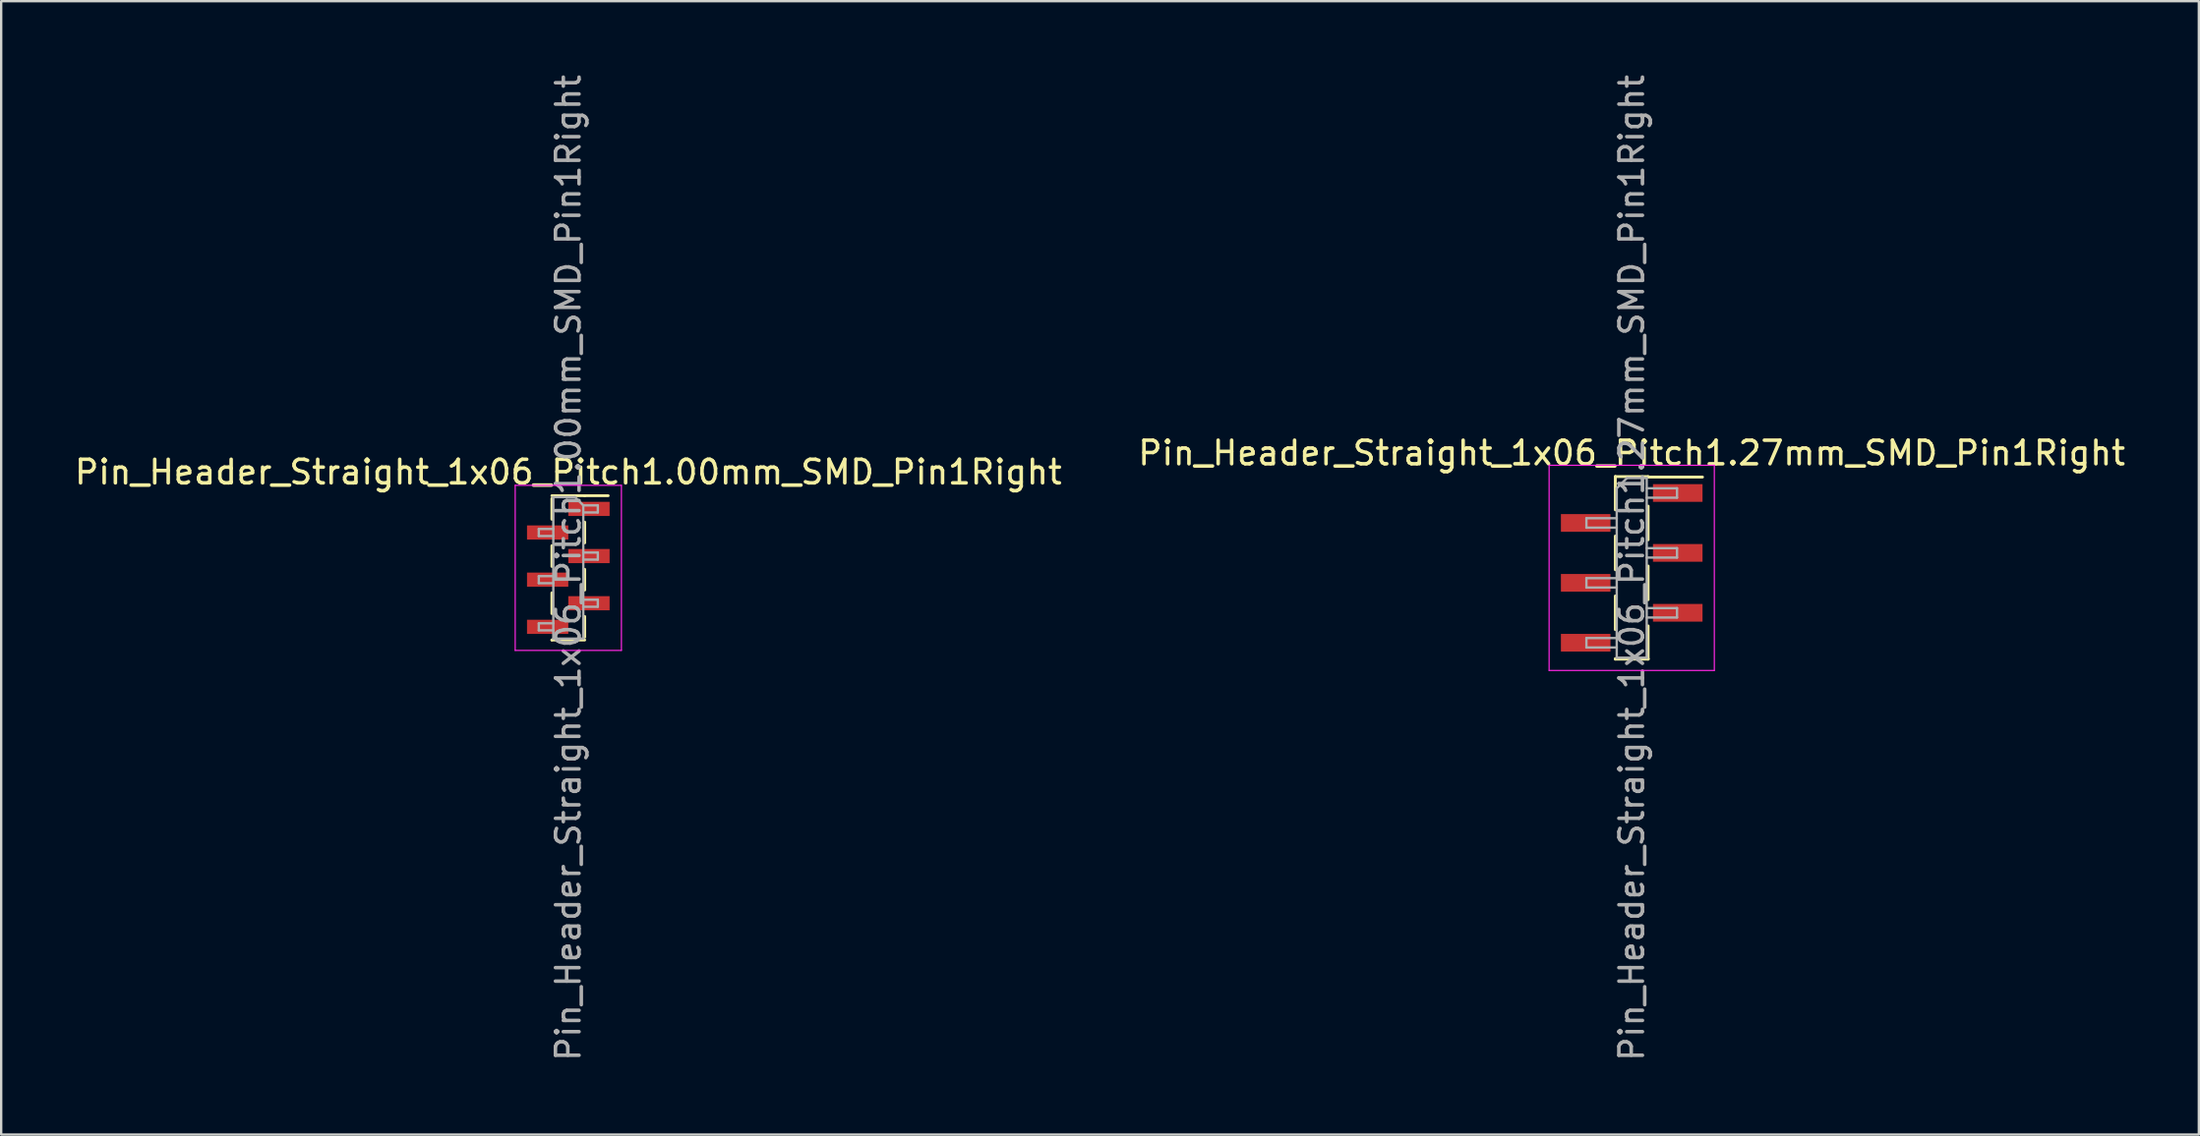
<source format=kicad_pcb>
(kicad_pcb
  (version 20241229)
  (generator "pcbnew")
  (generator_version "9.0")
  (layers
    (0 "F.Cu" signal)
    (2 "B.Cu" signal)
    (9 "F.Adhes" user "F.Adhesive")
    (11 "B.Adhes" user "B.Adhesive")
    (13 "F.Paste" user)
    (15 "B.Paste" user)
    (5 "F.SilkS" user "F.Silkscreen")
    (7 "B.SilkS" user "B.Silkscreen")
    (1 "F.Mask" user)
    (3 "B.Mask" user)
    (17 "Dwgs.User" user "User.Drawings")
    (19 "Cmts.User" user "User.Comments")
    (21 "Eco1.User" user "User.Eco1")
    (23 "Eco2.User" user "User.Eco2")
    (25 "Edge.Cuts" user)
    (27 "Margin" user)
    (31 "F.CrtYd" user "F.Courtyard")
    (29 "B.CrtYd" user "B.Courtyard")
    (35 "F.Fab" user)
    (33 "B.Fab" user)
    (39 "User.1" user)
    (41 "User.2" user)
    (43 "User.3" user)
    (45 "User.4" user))
  (footprint "Pin_Header_Straight_1x06_Pitch1.00mm_SMD_Pin1Right"
    (layer "F.Cu")
    (at 21.03 21.03)
    (property "Reference" "Pin_Header_Straight_1x06_Pitch1.00mm_SMD_Pin1Right" (at 0 -4.06 0) (layer "F.SilkS") (effects (font (size 1 1) (thickness 0.15))))
    (attr smd)
    (fp_line (start -0.695 -3.06) (end 0.695 -3.06) (stroke (width 0.12) (type solid)) (layer "F.SilkS"))
    (fp_line (start -0.695 -2.94) (end -0.695 -2.06) (stroke (width 0.12) (type solid)) (layer "F.SilkS"))
    (fp_line (start -0.695 -0.94) (end -0.695 -0.06) (stroke (width 0.12) (type solid)) (layer "F.SilkS"))
    (fp_line (start -0.695 1.06) (end -0.695 1.94) (stroke (width 0.12) (type solid)) (layer "F.SilkS"))
    (fp_line (start -0.695 3.06) (end -0.695 3.06) (stroke (width 0.12) (type solid)) (layer "F.SilkS"))
    (fp_line (start -0.695 3.06) (end 0.695 3.06) (stroke (width 0.12) (type solid)) (layer "F.SilkS"))
    (fp_line (start 0.695 -3.06) (end 0.695 -3.06) (stroke (width 0.12) (type solid)) (layer "F.SilkS"))
    (fp_line (start 0.695 -3.06) (end 1.69 -3.06) (stroke (width 0.12) (type solid)) (layer "F.SilkS"))
    (fp_line (start 0.695 -1.94) (end 0.695 -1.06) (stroke (width 0.12) (type solid)) (layer "F.SilkS"))
    (fp_line (start 0.695 0.06) (end 0.695 0.94) (stroke (width 0.12) (type solid)) (layer "F.SilkS"))
    (fp_line (start 0.695 2.06) (end 0.695 2.94) (stroke (width 0.12) (type solid)) (layer "F.SilkS"))
    (fp_line (start -2.25 -3.5) (end -2.25 3.5) (stroke (width 0.05) (type solid)) (layer "F.CrtYd"))
    (fp_line (start -2.25 3.5) (end 2.25 3.5) (stroke (width 0.05) (type solid)) (layer "F.CrtYd"))
    (fp_line (start 2.25 -3.5) (end -2.25 -3.5) (stroke (width 0.05) (type solid)) (layer "F.CrtYd"))
    (fp_line (start 2.25 3.5) (end 2.25 -3.5) (stroke (width 0.05) (type solid)) (layer "F.CrtYd"))
    (fp_line (start -1.25 -1.65) (end -1.25 -1.35) (stroke (width 0.1) (type solid)) (layer "F.Fab"))
    (fp_line (start -1.25 -1.35) (end -0.635 -1.35) (stroke (width 0.1) (type solid)) (layer "F.Fab"))
    (fp_line (start -1.25 0.35) (end -1.25 0.65) (stroke (width 0.1) (type solid)) (layer "F.Fab"))
    (fp_line (start -1.25 0.65) (end -0.635 0.65) (stroke (width 0.1) (type solid)) (layer "F.Fab"))
    (fp_line (start -1.25 2.35) (end -1.25 2.65) (stroke (width 0.1) (type solid)) (layer "F.Fab"))
    (fp_line (start -1.25 2.65) (end -0.635 2.65) (stroke (width 0.1) (type solid)) (layer "F.Fab"))
    (fp_line (start -0.635 -3) (end -0.635 3) (stroke (width 0.1) (type solid)) (layer "F.Fab"))
    (fp_line (start -0.635 -3) (end 0.285 -3) (stroke (width 0.1) (type solid)) (layer "F.Fab"))
    (fp_line (start -0.635 -1.65) (end -1.25 -1.65) (stroke (width 0.1) (type solid)) (layer "F.Fab"))
    (fp_line (start -0.635 0.35) (end -1.25 0.35) (stroke (width 0.1) (type solid)) (layer "F.Fab"))
    (fp_line (start -0.635 2.35) (end -1.25 2.35) (stroke (width 0.1) (type solid)) (layer "F.Fab"))
    (fp_line (start 0.635 -2.65) (end 0.285 -3) (stroke (width 0.1) (type solid)) (layer "F.Fab"))
    (fp_line (start 0.635 -2.65) (end 1.25 -2.65) (stroke (width 0.1) (type solid)) (layer "F.Fab"))
    (fp_line (start 0.635 -0.65) (end 1.25 -0.65) (stroke (width 0.1) (type solid)) (layer "F.Fab"))
    (fp_line (start 0.635 1.35) (end 1.25 1.35) (stroke (width 0.1) (type solid)) (layer "F.Fab"))
    (fp_line (start 0.635 3) (end -0.635 3) (stroke (width 0.1) (type solid)) (layer "F.Fab"))
    (fp_line (start 0.635 3) (end 0.635 -2.65) (stroke (width 0.1) (type solid)) (layer "F.Fab"))
    (fp_line (start 1.25 -2.65) (end 1.25 -2.35) (stroke (width 0.1) (type solid)) (layer "F.Fab"))
    (fp_line (start 1.25 -2.35) (end 0.635 -2.35) (stroke (width 0.1) (type solid)) (layer "F.Fab"))
    (fp_line (start 1.25 -0.65) (end 1.25 -0.35) (stroke (width 0.1) (type solid)) (layer "F.Fab"))
    (fp_line (start 1.25 -0.35) (end 0.635 -0.35) (stroke (width 0.1) (type solid)) (layer "F.Fab"))
    (fp_line (start 1.25 1.35) (end 1.25 1.65) (stroke (width 0.1) (type solid)) (layer "F.Fab"))
    (fp_line (start 1.25 1.65) (end 0.635 1.65) (stroke (width 0.1) (type solid)) (layer "F.Fab"))
    (fp_text user "${REFERENCE}" (at 0 0 90) (layer "F.Fab") (effects (font (size 1 1) (thickness 0.15))))
    (pad "1" smd rect (at 0.875 -2.5) (size 1.75 0.6) (layers "F.Cu" "F.Mask" "F.Paste"))
    (pad "2" smd rect (at -0.875 -1.5) (size 1.75 0.6) (layers "F.Cu" "F.Mask" "F.Paste"))
    (pad "3" smd rect (at 0.875 -0.5) (size 1.75 0.6) (layers "F.Cu" "F.Mask" "F.Paste"))
    (pad "4" smd rect (at -0.875 0.5) (size 1.75 0.6) (layers "F.Cu" "F.Mask" "F.Paste"))
    (pad "5" smd rect (at 0.875 1.5) (size 1.75 0.6) (layers "F.Cu" "F.Mask" "F.Paste"))
    (pad "6" smd rect (at -0.875 2.5) (size 1.75 0.6) (layers "F.Cu" "F.Mask" "F.Paste")))
  (footprint "Pin_Header_Straight_1x06_Pitch1.27mm_SMD_Pin1Right"
    (layer "F.Cu")
    (at 66.089 21.03)
    (property "Reference" "Pin_Header_Straight_1x06_Pitch1.27mm_SMD_Pin1Right" (at 0 -4.87 0) (layer "F.SilkS") (effects (font (size 1 1) (thickness 0.15))))
    (attr smd)
    (fp_line (start -0.695 -3.87) (end -0.695 -2.46) (stroke (width 0.12) (type solid)) (layer "F.SilkS"))
    (fp_line (start -0.695 -3.87) (end 0.695 -3.87) (stroke (width 0.12) (type solid)) (layer "F.SilkS"))
    (fp_line (start -0.695 -3.85) (end -0.695 -3.87) (stroke (width 0.12) (type solid)) (layer "F.SilkS"))
    (fp_line (start -0.695 -1.35) (end -0.695 0.08) (stroke (width 0.12) (type solid)) (layer "F.SilkS"))
    (fp_line (start -0.695 1.19) (end -0.695 2.62) (stroke (width 0.12) (type solid)) (layer "F.SilkS"))
    (fp_line (start -0.695 3.85) (end -0.695 3.87) (stroke (width 0.12) (type solid)) (layer "F.SilkS"))
    (fp_line (start -0.695 3.87) (end 0.695 3.87) (stroke (width 0.12) (type solid)) (layer "F.SilkS"))
    (fp_line (start 0.695 -3.87) (end 0.695 -3.85) (stroke (width 0.12) (type solid)) (layer "F.SilkS"))
    (fp_line (start 0.695 -3.85) (end 3 -3.85) (stroke (width 0.12) (type solid)) (layer "F.SilkS"))
    (fp_line (start 0.695 -2.62) (end 0.695 -1.19) (stroke (width 0.12) (type solid)) (layer "F.SilkS"))
    (fp_line (start 0.695 -0.08) (end 0.695 1.35) (stroke (width 0.12) (type solid)) (layer "F.SilkS"))
    (fp_line (start 0.695 2.46) (end 0.695 3.87) (stroke (width 0.12) (type solid)) (layer "F.SilkS"))
    (fp_line (start 0.695 3.87) (end 0.695 3.85) (stroke (width 0.12) (type solid)) (layer "F.SilkS"))
    (fp_line (start -3.5 -4.35) (end -3.5 4.35) (stroke (width 0.05) (type solid)) (layer "F.CrtYd"))
    (fp_line (start -3.5 4.35) (end 3.5 4.35) (stroke (width 0.05) (type solid)) (layer "F.CrtYd"))
    (fp_line (start 3.5 -4.35) (end -3.5 -4.35) (stroke (width 0.05) (type solid)) (layer "F.CrtYd"))
    (fp_line (start 3.5 4.35) (end 3.5 -4.35) (stroke (width 0.05) (type solid)) (layer "F.CrtYd"))
    (fp_line (start -1.92 -2.105) (end -1.92 -1.705) (stroke (width 0.1) (type solid)) (layer "F.Fab"))
    (fp_line (start -1.92 -1.705) (end -0.635 -1.705) (stroke (width 0.1) (type solid)) (layer "F.Fab"))
    (fp_line (start -1.92 0.435) (end -1.92 0.835) (stroke (width 0.1) (type solid)) (layer "F.Fab"))
    (fp_line (start -1.92 0.835) (end -0.635 0.835) (stroke (width 0.1) (type solid)) (layer "F.Fab"))
    (fp_line (start -1.92 2.975) (end -1.92 3.375) (stroke (width 0.1) (type solid)) (layer "F.Fab"))
    (fp_line (start -1.92 3.375) (end -0.635 3.375) (stroke (width 0.1) (type solid)) (layer "F.Fab"))
    (fp_line (start -0.635 -3.375) (end -0.2 -3.81) (stroke (width 0.1) (type solid)) (layer "F.Fab"))
    (fp_line (start -0.635 -2.105) (end -1.92 -2.105) (stroke (width 0.1) (type solid)) (layer "F.Fab"))
    (fp_line (start -0.635 0.435) (end -1.92 0.435) (stroke (width 0.1) (type solid)) (layer "F.Fab"))
    (fp_line (start -0.635 2.975) (end -1.92 2.975) (stroke (width 0.1) (type solid)) (layer "F.Fab"))
    (fp_line (start -0.635 3.81) (end -0.635 -3.375) (stroke (width 0.1) (type solid)) (layer "F.Fab"))
    (fp_line (start -0.2 -3.81) (end 0.635 -3.81) (stroke (width 0.1) (type solid)) (layer "F.Fab"))
    (fp_line (start 0.635 -3.81) (end 0.635 3.81) (stroke (width 0.1) (type solid)) (layer "F.Fab"))
    (fp_line (start 0.635 -3.375) (end 1.92 -3.375) (stroke (width 0.1) (type solid)) (layer "F.Fab"))
    (fp_line (start 0.635 -0.835) (end 1.92 -0.835) (stroke (width 0.1) (type solid)) (layer "F.Fab"))
    (fp_line (start 0.635 1.705) (end 1.92 1.705) (stroke (width 0.1) (type solid)) (layer "F.Fab"))
    (fp_line (start 0.635 3.81) (end -0.635 3.81) (stroke (width 0.1) (type solid)) (layer "F.Fab"))
    (fp_line (start 1.92 -3.375) (end 1.92 -2.975) (stroke (width 0.1) (type solid)) (layer "F.Fab"))
    (fp_line (start 1.92 -2.975) (end 0.635 -2.975) (stroke (width 0.1) (type solid)) (layer "F.Fab"))
    (fp_line (start 1.92 -0.835) (end 1.92 -0.435) (stroke (width 0.1) (type solid)) (layer "F.Fab"))
    (fp_line (start 1.92 -0.435) (end 0.635 -0.435) (stroke (width 0.1) (type solid)) (layer "F.Fab"))
    (fp_line (start 1.92 1.705) (end 1.92 2.105) (stroke (width 0.1) (type solid)) (layer "F.Fab"))
    (fp_line (start 1.92 2.105) (end 0.635 2.105) (stroke (width 0.1) (type solid)) (layer "F.Fab"))
    (fp_text user "${REFERENCE}" (at 0 0 90) (layer "F.Fab") (effects (font (size 1 1) (thickness 0.15))))
    (pad "1" smd rect (at 1.95 -3.175) (size 2.1 0.75) (layers "F.Cu" "F.Mask" "F.Paste"))
    (pad "2" smd rect (at -1.95 -1.905) (size 2.1 0.75) (layers "F.Cu" "F.Mask" "F.Paste"))
    (pad "3" smd rect (at 1.95 -0.635) (size 2.1 0.75) (layers "F.Cu" "F.Mask" "F.Paste"))
    (pad "4" smd rect (at -1.95 0.635) (size 2.1 0.75) (layers "F.Cu" "F.Mask" "F.Paste"))
    (pad "5" smd rect (at 1.95 1.905) (size 2.1 0.75) (layers "F.Cu" "F.Mask" "F.Paste"))
    (pad "6" smd rect (at -1.95 3.175) (size 2.1 0.75) (layers "F.Cu" "F.Mask" "F.Paste")))
  (gr_rect
    (start -3 -3)
    (end 90.119 45.06)
    (stroke (width 0.1) (type default))
    (fill no)
    (layer "Edge.Cuts")))
</source>
